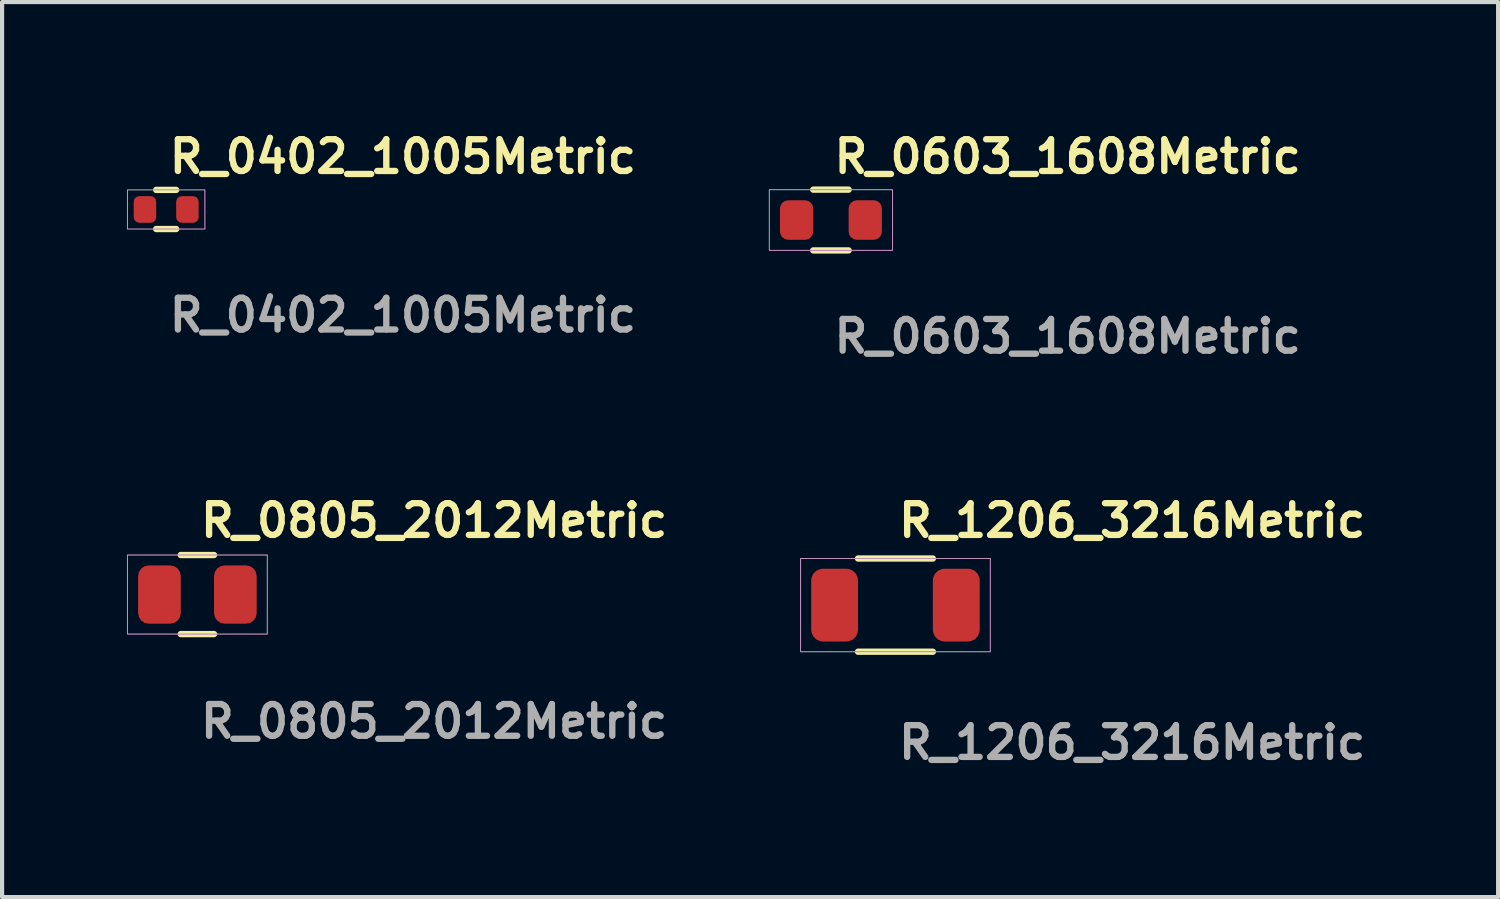
<source format=kicad_pcb>
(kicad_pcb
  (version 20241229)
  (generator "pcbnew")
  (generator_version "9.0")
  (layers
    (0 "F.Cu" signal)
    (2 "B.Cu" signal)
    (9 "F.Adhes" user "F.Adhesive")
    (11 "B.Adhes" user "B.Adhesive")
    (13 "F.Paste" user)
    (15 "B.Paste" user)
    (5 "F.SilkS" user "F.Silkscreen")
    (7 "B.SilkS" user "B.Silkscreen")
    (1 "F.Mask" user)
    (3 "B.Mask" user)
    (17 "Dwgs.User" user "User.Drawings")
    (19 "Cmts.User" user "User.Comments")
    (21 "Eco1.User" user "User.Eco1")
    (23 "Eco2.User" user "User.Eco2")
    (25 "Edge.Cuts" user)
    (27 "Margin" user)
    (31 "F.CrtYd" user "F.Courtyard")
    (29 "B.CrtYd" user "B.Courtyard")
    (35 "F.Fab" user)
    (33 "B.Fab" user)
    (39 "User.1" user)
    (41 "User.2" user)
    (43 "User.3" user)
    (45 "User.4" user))
  (footprint "R_0402_1005Metric"
    (layer "F.Cu")
    (at 0.943 1.983)
    (property "Reference" "R_0402_1005Metric" (at 0 -1.27 0) (unlocked yes) (layer "F.SilkS") (effects (font (size 0.762 0.762) (thickness 0.152)) (justify left)))
    (fp_line (start 0.24 -0.47) (end -0.24 -0.47) (stroke (width 0.152) (type solid)) (layer "F.SilkS"))
    (fp_line (start 0.24 0.47) (end -0.24 0.47) (stroke (width 0.152) (type solid)) (layer "F.SilkS"))
    (fp_rect (start -0.93 -0.47) (end 0.93 0.47) (stroke (width 0.006) (type solid)) (fill no) (layer "F.CrtYd"))
    (fp_rect (start -0.93 -0.47) (end 0.93 0.47) (stroke (width 0.025) (type default)) (fill no) (layer "F.Fab"))
    (fp_text user "${REFERENCE}" (at 0 2.54 0) (unlocked yes) (layer "F.Fab") (effects (font (size 0.762 0.762) (thickness 0.152)) (justify left)))
    (pad "1" smd roundrect (at -0.51 0) (size 0.54 0.64) (layers "F.Cu" "F.Mask" "F.Paste") (roundrect_rratio 0.25))
    (pad "2" smd roundrect (at 0.51 0) (size 0.54 0.64) (layers "F.Cu" "F.Mask" "F.Paste") (roundrect_rratio 0.25)))
  (footprint "R_0603_1608Metric"
    (layer "F.Cu")
    (at 16.916 2.237)
    (property "Reference" "R_0603_1608Metric" (at 0 -1.524 0) (unlocked yes) (layer "F.SilkS") (effects (font (size 0.762 0.762) (thickness 0.152)) (justify left)))
    (fp_line (start 0.425 -0.73) (end -0.425 -0.73) (stroke (width 0.152) (type solid)) (layer "F.SilkS"))
    (fp_line (start 0.425 0.73) (end -0.425 0.73) (stroke (width 0.152) (type solid)) (layer "F.SilkS"))
    (fp_rect (start -1.48 -0.73) (end 1.48 0.73) (stroke (width 0.006) (type solid)) (fill no) (layer "F.CrtYd"))
    (fp_rect (start -1.48 -0.73) (end 1.48 0.73) (stroke (width 0.025) (type default)) (fill no) (layer "F.Fab"))
    (fp_text user "${REFERENCE}" (at 0 2.794 0) (unlocked yes) (layer "F.Fab") (effects (font (size 0.762 0.762) (thickness 0.152)) (justify left)))
    (pad "1" smd roundrect (at -0.825 0) (size 0.8 0.95) (layers "F.Cu" "F.Mask" "F.Paste") (roundrect_rratio 0.25))
    (pad "2" smd roundrect (at 0.825 0) (size 0.8 0.95) (layers "F.Cu" "F.Mask" "F.Paste") (roundrect_rratio 0.25)))
  (footprint "R_0805_2012Metric"
    (layer "F.Cu")
    (at 1.693 11.236)
    (property "Reference" "R_0805_2012Metric" (at 0 -1.778 0) (unlocked yes) (layer "F.SilkS") (effects (font (size 0.762 0.762) (thickness 0.152)) (justify left)))
    (fp_line (start 0.4 -0.95) (end -0.4 -0.95) (stroke (width 0.152) (type solid)) (layer "F.SilkS"))
    (fp_line (start 0.4 0.95) (end -0.4 0.95) (stroke (width 0.152) (type solid)) (layer "F.SilkS"))
    (fp_rect (start -1.68 -0.95) (end 1.68 0.95) (stroke (width 0.006) (type solid)) (fill no) (layer "F.CrtYd"))
    (fp_rect (start -1.68 -0.95) (end 1.68 0.95) (stroke (width 0.025) (type default)) (fill no) (layer "F.Fab"))
    (fp_text user "${REFERENCE}" (at 0 3.048 0) (unlocked yes) (layer "F.Fab") (effects (font (size 0.762 0.762) (thickness 0.152)) (justify left)))
    (pad "1" smd roundrect (at -0.912 0) (size 1.025 1.4) (layers "F.Cu" "F.Mask" "F.Paste") (roundrect_rratio 0.25))
    (pad "2" smd roundrect (at 0.912 0) (size 1.025 1.4) (layers "F.Cu" "F.Mask" "F.Paste") (roundrect_rratio 0.25)))
  (footprint "R_1206_3216Metric"
    (layer "F.Cu")
    (at 18.466 11.49)
    (property "Reference" "R_1206_3216Metric" (at 0 -2.032 0) (unlocked yes) (layer "F.SilkS") (effects (font (size 0.762 0.762) (thickness 0.152)) (justify left)))
    (fp_line (start 0.899 -1.12) (end -0.899 -1.12) (stroke (width 0.152) (type solid)) (layer "F.SilkS"))
    (fp_line (start 0.899 1.12) (end -0.899 1.12) (stroke (width 0.152) (type solid)) (layer "F.SilkS"))
    (fp_rect (start -2.28 -1.12) (end 2.28 1.12) (stroke (width 0.006) (type solid)) (fill no) (layer "F.CrtYd"))
    (fp_rect (start -2.28 -1.12) (end 2.28 1.12) (stroke (width 0.025) (type default)) (fill no) (layer "F.Fab"))
    (fp_text user "${REFERENCE}" (at 0 3.302 0) (unlocked yes) (layer "F.Fab") (effects (font (size 0.762 0.762) (thickness 0.152)) (justify left)))
    (pad "1" smd roundrect (at -1.462 0) (size 1.125 1.75) (layers "F.Cu" "F.Mask" "F.Paste") (roundrect_rratio 0.25))
    (pad "2" smd roundrect (at 1.462 0) (size 1.125 1.75) (layers "F.Cu" "F.Mask" "F.Paste") (roundrect_rratio 0.25)))
  (gr_rect
    (start -3 -3)
    (end 32.947 18.505)
    (stroke (width 0.1) (type default))
    (fill no)
    (layer "Edge.Cuts")))
</source>
